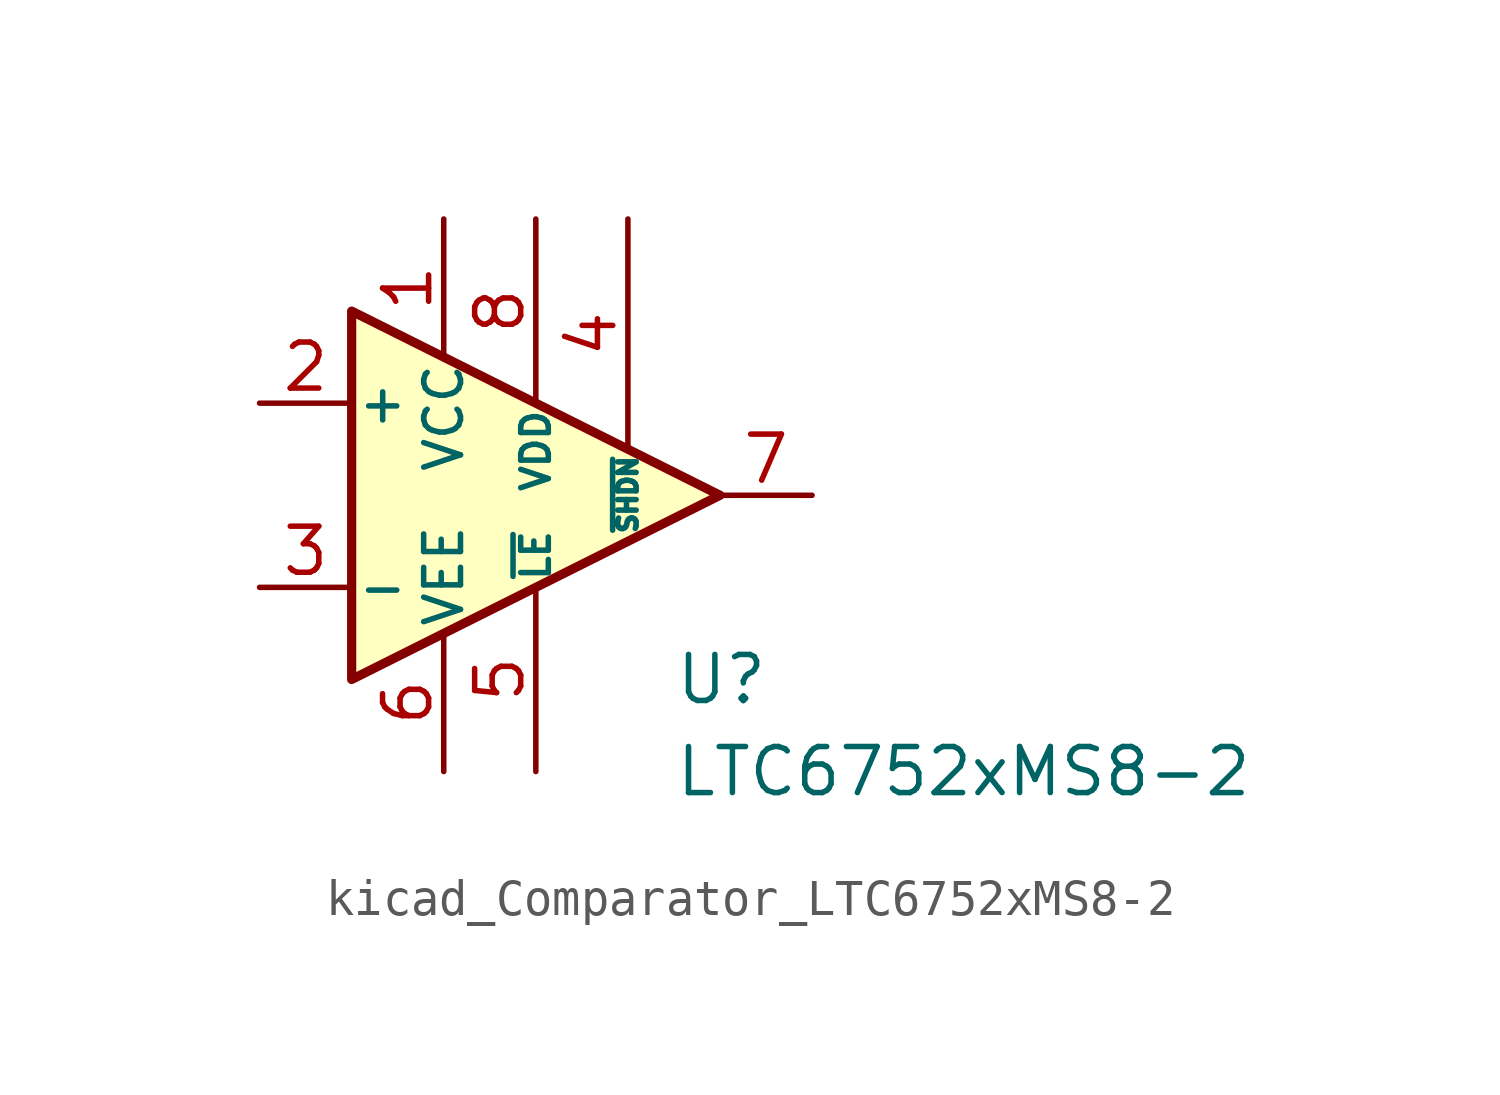
<source format=kicad_sym>
(kicad_symbol_lib
  (version 20220914)
  (generator kicad_symbol_editor)
  (symbol "kicad_Comparator_LTC6752xMS8-2"
    (pin_names
      (offset 0.127))
    (property "Reference" "U"
      (at 3.81 -5.08 0)
      (effects (font (size 1.27 1.27)) (justify left)))
    (property "Value" "LTC6752xMS8-2"
      (at 3.81 -7.62 0)
      (effects (font (size 1.27 1.27)) (justify left)))
    (symbol "kicad_Comparator_LTC6752xMS8-2_1_1"
      (polyline (pts (xy -5.08 5.08) (xy 5.08 0) (xy -5.08 -5.08) (xy -5.08 5.08)) (stroke (width 0.254) (type default)) (fill (type background)))
      (pin power_in line (at -2.54 7.62 270) (length 3.81) (name "VCC" (effects (font (size 1.016 1.016)))) (number "1" (effects (font (size 1.27 1.27)))))
      (pin input line (at -7.62 2.54 0) (length 2.54) (name "+" (effects (font (size 1.016 1.016)))) (number "2" (effects (font (size 1.27 1.27)))))
      (pin input line (at -7.62 -2.54 0) (length 2.54) (name "-" (effects (font (size 1.016 1.016)))) (number "3" (effects (font (size 1.27 1.27)))))
      (pin input line (at 2.54 7.62 270) (length 6.35) (name "~{SHDN}" (effects (font (size 0.508 0.508)))) (number "4" (effects (font (size 1.27 1.27)))))
      (pin input line (at 0 -7.62 90) (length 5.08) (name "~{LE}" (effects (font (size 0.762 0.762)))) (number "5" (effects (font (size 1.27 1.27)))))
      (pin power_in line (at -2.54 -7.62 90) (length 3.81) (name "VEE" (effects (font (size 1.016 1.016)))) (number "6" (effects (font (size 1.27 1.27)))))
      (pin output line (at 7.62 0 180) (length 2.54) (name "~" (effects (font (size 1.27 1.27)))) (number "7" (effects (font (size 1.27 1.27)))))
      (pin power_in line (at 0 7.62 270) (length 5.08) (name "VDD" (effects (font (size 0.762 0.762)))) (number "8" (effects (font (size 1.27 1.27))))))))
</source>
